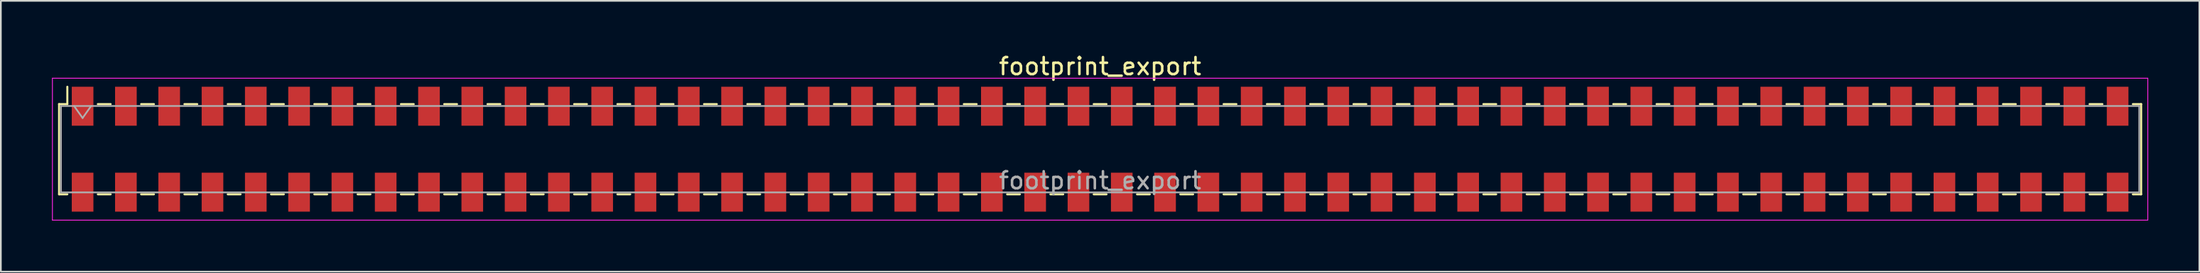
<source format=kicad_pcb>
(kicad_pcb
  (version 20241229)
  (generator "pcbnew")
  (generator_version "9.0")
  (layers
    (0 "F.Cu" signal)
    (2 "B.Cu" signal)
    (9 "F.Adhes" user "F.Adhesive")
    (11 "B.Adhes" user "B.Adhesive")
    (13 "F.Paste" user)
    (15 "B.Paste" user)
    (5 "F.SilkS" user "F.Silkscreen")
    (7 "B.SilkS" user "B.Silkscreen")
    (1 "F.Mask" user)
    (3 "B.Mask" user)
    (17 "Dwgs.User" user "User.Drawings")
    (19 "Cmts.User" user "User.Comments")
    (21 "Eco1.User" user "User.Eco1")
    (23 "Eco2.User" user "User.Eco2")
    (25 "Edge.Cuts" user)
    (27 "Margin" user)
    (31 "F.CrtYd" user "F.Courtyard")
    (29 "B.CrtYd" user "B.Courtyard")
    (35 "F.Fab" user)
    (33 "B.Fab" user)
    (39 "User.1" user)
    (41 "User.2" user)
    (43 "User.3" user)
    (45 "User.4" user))
  (footprint "footprint_export"
    (layer "F.Cu")
    (at 61.485 5.718)
    (property "Reference" "footprint_export" (at 0 -4.87 0) (layer "F.SilkS") (effects (font (size 1 1) (thickness 0.15))))
    (attr smd)
    (fp_line (start -61.07 -2.65) (end -61.07 2.65) (stroke (width 0.12) (type solid)) (layer "F.SilkS"))
    (fp_line (start -61.07 2.65) (end -60.585 2.65) (stroke (width 0.12) (type solid)) (layer "F.SilkS"))
    (fp_line (start -60.585 -3.67) (end -60.585 -2.65) (stroke (width 0.12) (type solid)) (layer "F.SilkS"))
    (fp_line (start -60.585 -2.65) (end -61.07 -2.65) (stroke (width 0.12) (type solid)) (layer "F.SilkS"))
    (fp_line (start -58.795 -2.65) (end -58.045 -2.65) (stroke (width 0.12) (type solid)) (layer "F.SilkS"))
    (fp_line (start -58.795 2.65) (end -58.045 2.65) (stroke (width 0.12) (type solid)) (layer "F.SilkS"))
    (fp_line (start -56.255 -2.65) (end -55.505 -2.65) (stroke (width 0.12) (type solid)) (layer "F.SilkS"))
    (fp_line (start -56.255 2.65) (end -55.505 2.65) (stroke (width 0.12) (type solid)) (layer "F.SilkS"))
    (fp_line (start -53.715 -2.65) (end -52.965 -2.65) (stroke (width 0.12) (type solid)) (layer "F.SilkS"))
    (fp_line (start -53.715 2.65) (end -52.965 2.65) (stroke (width 0.12) (type solid)) (layer "F.SilkS"))
    (fp_line (start -51.175 -2.65) (end -50.425 -2.65) (stroke (width 0.12) (type solid)) (layer "F.SilkS"))
    (fp_line (start -51.175 2.65) (end -50.425 2.65) (stroke (width 0.12) (type solid)) (layer "F.SilkS"))
    (fp_line (start -48.635 -2.65) (end -47.885 -2.65) (stroke (width 0.12) (type solid)) (layer "F.SilkS"))
    (fp_line (start -48.635 2.65) (end -47.885 2.65) (stroke (width 0.12) (type solid)) (layer "F.SilkS"))
    (fp_line (start -46.095 -2.65) (end -45.345 -2.65) (stroke (width 0.12) (type solid)) (layer "F.SilkS"))
    (fp_line (start -46.095 2.65) (end -45.345 2.65) (stroke (width 0.12) (type solid)) (layer "F.SilkS"))
    (fp_line (start -43.555 -2.65) (end -42.805 -2.65) (stroke (width 0.12) (type solid)) (layer "F.SilkS"))
    (fp_line (start -43.555 2.65) (end -42.805 2.65) (stroke (width 0.12) (type solid)) (layer "F.SilkS"))
    (fp_line (start -41.015 -2.65) (end -40.265 -2.65) (stroke (width 0.12) (type solid)) (layer "F.SilkS"))
    (fp_line (start -41.015 2.65) (end -40.265 2.65) (stroke (width 0.12) (type solid)) (layer "F.SilkS"))
    (fp_line (start -38.475 -2.65) (end -37.725 -2.65) (stroke (width 0.12) (type solid)) (layer "F.SilkS"))
    (fp_line (start -38.475 2.65) (end -37.725 2.65) (stroke (width 0.12) (type solid)) (layer "F.SilkS"))
    (fp_line (start -35.935 -2.65) (end -35.185 -2.65) (stroke (width 0.12) (type solid)) (layer "F.SilkS"))
    (fp_line (start -35.935 2.65) (end -35.185 2.65) (stroke (width 0.12) (type solid)) (layer "F.SilkS"))
    (fp_line (start -33.395 -2.65) (end -32.645 -2.65) (stroke (width 0.12) (type solid)) (layer "F.SilkS"))
    (fp_line (start -33.395 2.65) (end -32.645 2.65) (stroke (width 0.12) (type solid)) (layer "F.SilkS"))
    (fp_line (start -30.855 -2.65) (end -30.105 -2.65) (stroke (width 0.12) (type solid)) (layer "F.SilkS"))
    (fp_line (start -30.855 2.65) (end -30.105 2.65) (stroke (width 0.12) (type solid)) (layer "F.SilkS"))
    (fp_line (start -28.315 -2.65) (end -27.565 -2.65) (stroke (width 0.12) (type solid)) (layer "F.SilkS"))
    (fp_line (start -28.315 2.65) (end -27.565 2.65) (stroke (width 0.12) (type solid)) (layer "F.SilkS"))
    (fp_line (start -25.775 -2.65) (end -25.025 -2.65) (stroke (width 0.12) (type solid)) (layer "F.SilkS"))
    (fp_line (start -25.775 2.65) (end -25.025 2.65) (stroke (width 0.12) (type solid)) (layer "F.SilkS"))
    (fp_line (start -23.235 -2.65) (end -22.485 -2.65) (stroke (width 0.12) (type solid)) (layer "F.SilkS"))
    (fp_line (start -23.235 2.65) (end -22.485 2.65) (stroke (width 0.12) (type solid)) (layer "F.SilkS"))
    (fp_line (start -20.695 -2.65) (end -19.945 -2.65) (stroke (width 0.12) (type solid)) (layer "F.SilkS"))
    (fp_line (start -20.695 2.65) (end -19.945 2.65) (stroke (width 0.12) (type solid)) (layer "F.SilkS"))
    (fp_line (start -18.155 -2.65) (end -17.405 -2.65) (stroke (width 0.12) (type solid)) (layer "F.SilkS"))
    (fp_line (start -18.155 2.65) (end -17.405 2.65) (stroke (width 0.12) (type solid)) (layer "F.SilkS"))
    (fp_line (start -15.615 -2.65) (end -14.865 -2.65) (stroke (width 0.12) (type solid)) (layer "F.SilkS"))
    (fp_line (start -15.615 2.65) (end -14.865 2.65) (stroke (width 0.12) (type solid)) (layer "F.SilkS"))
    (fp_line (start -13.075 -2.65) (end -12.325 -2.65) (stroke (width 0.12) (type solid)) (layer "F.SilkS"))
    (fp_line (start -13.075 2.65) (end -12.325 2.65) (stroke (width 0.12) (type solid)) (layer "F.SilkS"))
    (fp_line (start -10.535 -2.65) (end -9.785 -2.65) (stroke (width 0.12) (type solid)) (layer "F.SilkS"))
    (fp_line (start -10.535 2.65) (end -9.785 2.65) (stroke (width 0.12) (type solid)) (layer "F.SilkS"))
    (fp_line (start -7.995 -2.65) (end -7.245 -2.65) (stroke (width 0.12) (type solid)) (layer "F.SilkS"))
    (fp_line (start -7.995 2.65) (end -7.245 2.65) (stroke (width 0.12) (type solid)) (layer "F.SilkS"))
    (fp_line (start -5.455 -2.65) (end -4.705 -2.65) (stroke (width 0.12) (type solid)) (layer "F.SilkS"))
    (fp_line (start -5.455 2.65) (end -4.705 2.65) (stroke (width 0.12) (type solid)) (layer "F.SilkS"))
    (fp_line (start -2.915 -2.65) (end -2.165 -2.65) (stroke (width 0.12) (type solid)) (layer "F.SilkS"))
    (fp_line (start -2.915 2.65) (end -2.165 2.65) (stroke (width 0.12) (type solid)) (layer "F.SilkS"))
    (fp_line (start -0.375 -2.65) (end 0.375 -2.65) (stroke (width 0.12) (type solid)) (layer "F.SilkS"))
    (fp_line (start -0.375 2.65) (end 0.375 2.65) (stroke (width 0.12) (type solid)) (layer "F.SilkS"))
    (fp_line (start 2.165 -2.65) (end 2.915 -2.65) (stroke (width 0.12) (type solid)) (layer "F.SilkS"))
    (fp_line (start 2.165 2.65) (end 2.915 2.65) (stroke (width 0.12) (type solid)) (layer "F.SilkS"))
    (fp_line (start 4.705 -2.65) (end 5.455 -2.65) (stroke (width 0.12) (type solid)) (layer "F.SilkS"))
    (fp_line (start 4.705 2.65) (end 5.455 2.65) (stroke (width 0.12) (type solid)) (layer "F.SilkS"))
    (fp_line (start 7.245 -2.65) (end 7.995 -2.65) (stroke (width 0.12) (type solid)) (layer "F.SilkS"))
    (fp_line (start 7.245 2.65) (end 7.995 2.65) (stroke (width 0.12) (type solid)) (layer "F.SilkS"))
    (fp_line (start 9.785 -2.65) (end 10.535 -2.65) (stroke (width 0.12) (type solid)) (layer "F.SilkS"))
    (fp_line (start 9.785 2.65) (end 10.535 2.65) (stroke (width 0.12) (type solid)) (layer "F.SilkS"))
    (fp_line (start 12.325 -2.65) (end 13.075 -2.65) (stroke (width 0.12) (type solid)) (layer "F.SilkS"))
    (fp_line (start 12.325 2.65) (end 13.075 2.65) (stroke (width 0.12) (type solid)) (layer "F.SilkS"))
    (fp_line (start 14.865 -2.65) (end 15.615 -2.65) (stroke (width 0.12) (type solid)) (layer "F.SilkS"))
    (fp_line (start 14.865 2.65) (end 15.615 2.65) (stroke (width 0.12) (type solid)) (layer "F.SilkS"))
    (fp_line (start 17.405 -2.65) (end 18.155 -2.65) (stroke (width 0.12) (type solid)) (layer "F.SilkS"))
    (fp_line (start 17.405 2.65) (end 18.155 2.65) (stroke (width 0.12) (type solid)) (layer "F.SilkS"))
    (fp_line (start 19.945 -2.65) (end 20.695 -2.65) (stroke (width 0.12) (type solid)) (layer "F.SilkS"))
    (fp_line (start 19.945 2.65) (end 20.695 2.65) (stroke (width 0.12) (type solid)) (layer "F.SilkS"))
    (fp_line (start 22.485 -2.65) (end 23.235 -2.65) (stroke (width 0.12) (type solid)) (layer "F.SilkS"))
    (fp_line (start 22.485 2.65) (end 23.235 2.65) (stroke (width 0.12) (type solid)) (layer "F.SilkS"))
    (fp_line (start 25.025 -2.65) (end 25.775 -2.65) (stroke (width 0.12) (type solid)) (layer "F.SilkS"))
    (fp_line (start 25.025 2.65) (end 25.775 2.65) (stroke (width 0.12) (type solid)) (layer "F.SilkS"))
    (fp_line (start 27.565 -2.65) (end 28.315 -2.65) (stroke (width 0.12) (type solid)) (layer "F.SilkS"))
    (fp_line (start 27.565 2.65) (end 28.315 2.65) (stroke (width 0.12) (type solid)) (layer "F.SilkS"))
    (fp_line (start 30.105 -2.65) (end 30.855 -2.65) (stroke (width 0.12) (type solid)) (layer "F.SilkS"))
    (fp_line (start 30.105 2.65) (end 30.855 2.65) (stroke (width 0.12) (type solid)) (layer "F.SilkS"))
    (fp_line (start 32.645 -2.65) (end 33.395 -2.65) (stroke (width 0.12) (type solid)) (layer "F.SilkS"))
    (fp_line (start 32.645 2.65) (end 33.395 2.65) (stroke (width 0.12) (type solid)) (layer "F.SilkS"))
    (fp_line (start 35.185 -2.65) (end 35.935 -2.65) (stroke (width 0.12) (type solid)) (layer "F.SilkS"))
    (fp_line (start 35.185 2.65) (end 35.935 2.65) (stroke (width 0.12) (type solid)) (layer "F.SilkS"))
    (fp_line (start 37.725 -2.65) (end 38.475 -2.65) (stroke (width 0.12) (type solid)) (layer "F.SilkS"))
    (fp_line (start 37.725 2.65) (end 38.475 2.65) (stroke (width 0.12) (type solid)) (layer "F.SilkS"))
    (fp_line (start 40.265 -2.65) (end 41.015 -2.65) (stroke (width 0.12) (type solid)) (layer "F.SilkS"))
    (fp_line (start 40.265 2.65) (end 41.015 2.65) (stroke (width 0.12) (type solid)) (layer "F.SilkS"))
    (fp_line (start 42.805 -2.65) (end 43.555 -2.65) (stroke (width 0.12) (type solid)) (layer "F.SilkS"))
    (fp_line (start 42.805 2.65) (end 43.555 2.65) (stroke (width 0.12) (type solid)) (layer "F.SilkS"))
    (fp_line (start 45.345 -2.65) (end 46.095 -2.65) (stroke (width 0.12) (type solid)) (layer "F.SilkS"))
    (fp_line (start 45.345 2.65) (end 46.095 2.65) (stroke (width 0.12) (type solid)) (layer "F.SilkS"))
    (fp_line (start 47.885 -2.65) (end 48.635 -2.65) (stroke (width 0.12) (type solid)) (layer "F.SilkS"))
    (fp_line (start 47.885 2.65) (end 48.635 2.65) (stroke (width 0.12) (type solid)) (layer "F.SilkS"))
    (fp_line (start 50.425 -2.65) (end 51.175 -2.65) (stroke (width 0.12) (type solid)) (layer "F.SilkS"))
    (fp_line (start 50.425 2.65) (end 51.175 2.65) (stroke (width 0.12) (type solid)) (layer "F.SilkS"))
    (fp_line (start 52.965 -2.65) (end 53.715 -2.65) (stroke (width 0.12) (type solid)) (layer "F.SilkS"))
    (fp_line (start 52.965 2.65) (end 53.715 2.65) (stroke (width 0.12) (type solid)) (layer "F.SilkS"))
    (fp_line (start 55.505 -2.65) (end 56.255 -2.65) (stroke (width 0.12) (type solid)) (layer "F.SilkS"))
    (fp_line (start 55.505 2.65) (end 56.255 2.65) (stroke (width 0.12) (type solid)) (layer "F.SilkS"))
    (fp_line (start 58.045 -2.65) (end 58.795 -2.65) (stroke (width 0.12) (type solid)) (layer "F.SilkS"))
    (fp_line (start 58.045 2.65) (end 58.795 2.65) (stroke (width 0.12) (type solid)) (layer "F.SilkS"))
    (fp_line (start 60.585 -2.65) (end 61.07 -2.65) (stroke (width 0.12) (type solid)) (layer "F.SilkS"))
    (fp_line (start 61.07 -2.65) (end 61.07 2.65) (stroke (width 0.12) (type solid)) (layer "F.SilkS"))
    (fp_line (start 61.07 2.65) (end 60.585 2.65) (stroke (width 0.12) (type solid)) (layer "F.SilkS"))
    (fp_line (start -61.46 -4.17) (end 61.46 -4.17) (stroke (width 0.05) (type solid)) (layer "F.CrtYd"))
    (fp_line (start -61.46 4.17) (end -61.46 -4.17) (stroke (width 0.05) (type solid)) (layer "F.CrtYd"))
    (fp_line (start 61.46 -4.17) (end 61.46 4.17) (stroke (width 0.05) (type solid)) (layer "F.CrtYd"))
    (fp_line (start 61.46 4.17) (end -61.46 4.17) (stroke (width 0.05) (type solid)) (layer "F.CrtYd"))
    (fp_line (start -60.96 -2.54) (end 60.96 -2.54) (stroke (width 0.1) (type solid)) (layer "F.Fab"))
    (fp_line (start -60.96 2.54) (end -60.96 -2.54) (stroke (width 0.1) (type solid)) (layer "F.Fab"))
    (fp_line (start -60.19 -2.54) (end -59.69 -1.833) (stroke (width 0.1) (type solid)) (layer "F.Fab"))
    (fp_line (start -59.69 -1.833) (end -59.19 -2.54) (stroke (width 0.1) (type solid)) (layer "F.Fab"))
    (fp_line (start 60.96 -2.54) (end 60.96 2.54) (stroke (width 0.1) (type solid)) (layer "F.Fab"))
    (fp_line (start 60.96 2.54) (end -60.96 2.54) (stroke (width 0.1) (type solid)) (layer "F.Fab"))
    (fp_text user "${REFERENCE}" (at 0 1.84 0) (layer "F.Fab") (effects (font (size 1 1) (thickness 0.15))))
    (pad "1" smd rect (at -59.69 -2.525) (size 1.27 2.29) (layers "F.Cu" "F.Mask" "F.Paste"))
    (pad "2" smd rect (at -59.69 2.525) (size 1.27 2.29) (layers "F.Cu" "F.Mask" "F.Paste"))
    (pad "3" smd rect (at -57.15 -2.525) (size 1.27 2.29) (layers "F.Cu" "F.Mask" "F.Paste"))
    (pad "4" smd rect (at -57.15 2.525) (size 1.27 2.29) (layers "F.Cu" "F.Mask" "F.Paste"))
    (pad "5" smd rect (at -54.61 -2.525) (size 1.27 2.29) (layers "F.Cu" "F.Mask" "F.Paste"))
    (pad "6" smd rect (at -54.61 2.525) (size 1.27 2.29) (layers "F.Cu" "F.Mask" "F.Paste"))
    (pad "7" smd rect (at -52.07 -2.525) (size 1.27 2.29) (layers "F.Cu" "F.Mask" "F.Paste"))
    (pad "8" smd rect (at -52.07 2.525) (size 1.27 2.29) (layers "F.Cu" "F.Mask" "F.Paste"))
    (pad "9" smd rect (at -49.53 -2.525) (size 1.27 2.29) (layers "F.Cu" "F.Mask" "F.Paste"))
    (pad "10" smd rect (at -49.53 2.525) (size 1.27 2.29) (layers "F.Cu" "F.Mask" "F.Paste"))
    (pad "11" smd rect (at -46.99 -2.525) (size 1.27 2.29) (layers "F.Cu" "F.Mask" "F.Paste"))
    (pad "12" smd rect (at -46.99 2.525) (size 1.27 2.29) (layers "F.Cu" "F.Mask" "F.Paste"))
    (pad "13" smd rect (at -44.45 -2.525) (size 1.27 2.29) (layers "F.Cu" "F.Mask" "F.Paste"))
    (pad "14" smd rect (at -44.45 2.525) (size 1.27 2.29) (layers "F.Cu" "F.Mask" "F.Paste"))
    (pad "15" smd rect (at -41.91 -2.525) (size 1.27 2.29) (layers "F.Cu" "F.Mask" "F.Paste"))
    (pad "16" smd rect (at -41.91 2.525) (size 1.27 2.29) (layers "F.Cu" "F.Mask" "F.Paste"))
    (pad "17" smd rect (at -39.37 -2.525) (size 1.27 2.29) (layers "F.Cu" "F.Mask" "F.Paste"))
    (pad "18" smd rect (at -39.37 2.525) (size 1.27 2.29) (layers "F.Cu" "F.Mask" "F.Paste"))
    (pad "19" smd rect (at -36.83 -2.525) (size 1.27 2.29) (layers "F.Cu" "F.Mask" "F.Paste"))
    (pad "20" smd rect (at -36.83 2.525) (size 1.27 2.29) (layers "F.Cu" "F.Mask" "F.Paste"))
    (pad "21" smd rect (at -34.29 -2.525) (size 1.27 2.29) (layers "F.Cu" "F.Mask" "F.Paste"))
    (pad "22" smd rect (at -34.29 2.525) (size 1.27 2.29) (layers "F.Cu" "F.Mask" "F.Paste"))
    (pad "23" smd rect (at -31.75 -2.525) (size 1.27 2.29) (layers "F.Cu" "F.Mask" "F.Paste"))
    (pad "24" smd rect (at -31.75 2.525) (size 1.27 2.29) (layers "F.Cu" "F.Mask" "F.Paste"))
    (pad "25" smd rect (at -29.21 -2.525) (size 1.27 2.29) (layers "F.Cu" "F.Mask" "F.Paste"))
    (pad "26" smd rect (at -29.21 2.525) (size 1.27 2.29) (layers "F.Cu" "F.Mask" "F.Paste"))
    (pad "27" smd rect (at -26.67 -2.525) (size 1.27 2.29) (layers "F.Cu" "F.Mask" "F.Paste"))
    (pad "28" smd rect (at -26.67 2.525) (size 1.27 2.29) (layers "F.Cu" "F.Mask" "F.Paste"))
    (pad "29" smd rect (at -24.13 -2.525) (size 1.27 2.29) (layers "F.Cu" "F.Mask" "F.Paste"))
    (pad "30" smd rect (at -24.13 2.525) (size 1.27 2.29) (layers "F.Cu" "F.Mask" "F.Paste"))
    (pad "31" smd rect (at -21.59 -2.525) (size 1.27 2.29) (layers "F.Cu" "F.Mask" "F.Paste"))
    (pad "32" smd rect (at -21.59 2.525) (size 1.27 2.29) (layers "F.Cu" "F.Mask" "F.Paste"))
    (pad "33" smd rect (at -19.05 -2.525) (size 1.27 2.29) (layers "F.Cu" "F.Mask" "F.Paste"))
    (pad "34" smd rect (at -19.05 2.525) (size 1.27 2.29) (layers "F.Cu" "F.Mask" "F.Paste"))
    (pad "35" smd rect (at -16.51 -2.525) (size 1.27 2.29) (layers "F.Cu" "F.Mask" "F.Paste"))
    (pad "36" smd rect (at -16.51 2.525) (size 1.27 2.29) (layers "F.Cu" "F.Mask" "F.Paste"))
    (pad "37" smd rect (at -13.97 -2.525) (size 1.27 2.29) (layers "F.Cu" "F.Mask" "F.Paste"))
    (pad "38" smd rect (at -13.97 2.525) (size 1.27 2.29) (layers "F.Cu" "F.Mask" "F.Paste"))
    (pad "39" smd rect (at -11.43 -2.525) (size 1.27 2.29) (layers "F.Cu" "F.Mask" "F.Paste"))
    (pad "40" smd rect (at -11.43 2.525) (size 1.27 2.29) (layers "F.Cu" "F.Mask" "F.Paste"))
    (pad "41" smd rect (at -8.89 -2.525) (size 1.27 2.29) (layers "F.Cu" "F.Mask" "F.Paste"))
    (pad "42" smd rect (at -8.89 2.525) (size 1.27 2.29) (layers "F.Cu" "F.Mask" "F.Paste"))
    (pad "43" smd rect (at -6.35 -2.525) (size 1.27 2.29) (layers "F.Cu" "F.Mask" "F.Paste"))
    (pad "44" smd rect (at -6.35 2.525) (size 1.27 2.29) (layers "F.Cu" "F.Mask" "F.Paste"))
    (pad "45" smd rect (at -3.81 -2.525) (size 1.27 2.29) (layers "F.Cu" "F.Mask" "F.Paste"))
    (pad "46" smd rect (at -3.81 2.525) (size 1.27 2.29) (layers "F.Cu" "F.Mask" "F.Paste"))
    (pad "47" smd rect (at -1.27 -2.525) (size 1.27 2.29) (layers "F.Cu" "F.Mask" "F.Paste"))
    (pad "48" smd rect (at -1.27 2.525) (size 1.27 2.29) (layers "F.Cu" "F.Mask" "F.Paste"))
    (pad "49" smd rect (at 1.27 -2.525) (size 1.27 2.29) (layers "F.Cu" "F.Mask" "F.Paste"))
    (pad "50" smd rect (at 1.27 2.525) (size 1.27 2.29) (layers "F.Cu" "F.Mask" "F.Paste"))
    (pad "51" smd rect (at 3.81 -2.525) (size 1.27 2.29) (layers "F.Cu" "F.Mask" "F.Paste"))
    (pad "52" smd rect (at 3.81 2.525) (size 1.27 2.29) (layers "F.Cu" "F.Mask" "F.Paste"))
    (pad "53" smd rect (at 6.35 -2.525) (size 1.27 2.29) (layers "F.Cu" "F.Mask" "F.Paste"))
    (pad "54" smd rect (at 6.35 2.525) (size 1.27 2.29) (layers "F.Cu" "F.Mask" "F.Paste"))
    (pad "55" smd rect (at 8.89 -2.525) (size 1.27 2.29) (layers "F.Cu" "F.Mask" "F.Paste"))
    (pad "56" smd rect (at 8.89 2.525) (size 1.27 2.29) (layers "F.Cu" "F.Mask" "F.Paste"))
    (pad "57" smd rect (at 11.43 -2.525) (size 1.27 2.29) (layers "F.Cu" "F.Mask" "F.Paste"))
    (pad "58" smd rect (at 11.43 2.525) (size 1.27 2.29) (layers "F.Cu" "F.Mask" "F.Paste"))
    (pad "59" smd rect (at 13.97 -2.525) (size 1.27 2.29) (layers "F.Cu" "F.Mask" "F.Paste"))
    (pad "60" smd rect (at 13.97 2.525) (size 1.27 2.29) (layers "F.Cu" "F.Mask" "F.Paste"))
    (pad "61" smd rect (at 16.51 -2.525) (size 1.27 2.29) (layers "F.Cu" "F.Mask" "F.Paste"))
    (pad "62" smd rect (at 16.51 2.525) (size 1.27 2.29) (layers "F.Cu" "F.Mask" "F.Paste"))
    (pad "63" smd rect (at 19.05 -2.525) (size 1.27 2.29) (layers "F.Cu" "F.Mask" "F.Paste"))
    (pad "64" smd rect (at 19.05 2.525) (size 1.27 2.29) (layers "F.Cu" "F.Mask" "F.Paste"))
    (pad "65" smd rect (at 21.59 -2.525) (size 1.27 2.29) (layers "F.Cu" "F.Mask" "F.Paste"))
    (pad "66" smd rect (at 21.59 2.525) (size 1.27 2.29) (layers "F.Cu" "F.Mask" "F.Paste"))
    (pad "67" smd rect (at 24.13 -2.525) (size 1.27 2.29) (layers "F.Cu" "F.Mask" "F.Paste"))
    (pad "68" smd rect (at 24.13 2.525) (size 1.27 2.29) (layers "F.Cu" "F.Mask" "F.Paste"))
    (pad "69" smd rect (at 26.67 -2.525) (size 1.27 2.29) (layers "F.Cu" "F.Mask" "F.Paste"))
    (pad "70" smd rect (at 26.67 2.525) (size 1.27 2.29) (layers "F.Cu" "F.Mask" "F.Paste"))
    (pad "71" smd rect (at 29.21 -2.525) (size 1.27 2.29) (layers "F.Cu" "F.Mask" "F.Paste"))
    (pad "72" smd rect (at 29.21 2.525) (size 1.27 2.29) (layers "F.Cu" "F.Mask" "F.Paste"))
    (pad "73" smd rect (at 31.75 -2.525) (size 1.27 2.29) (layers "F.Cu" "F.Mask" "F.Paste"))
    (pad "74" smd rect (at 31.75 2.525) (size 1.27 2.29) (layers "F.Cu" "F.Mask" "F.Paste"))
    (pad "75" smd rect (at 34.29 -2.525) (size 1.27 2.29) (layers "F.Cu" "F.Mask" "F.Paste"))
    (pad "76" smd rect (at 34.29 2.525) (size 1.27 2.29) (layers "F.Cu" "F.Mask" "F.Paste"))
    (pad "77" smd rect (at 36.83 -2.525) (size 1.27 2.29) (layers "F.Cu" "F.Mask" "F.Paste"))
    (pad "78" smd rect (at 36.83 2.525) (size 1.27 2.29) (layers "F.Cu" "F.Mask" "F.Paste"))
    (pad "79" smd rect (at 39.37 -2.525) (size 1.27 2.29) (layers "F.Cu" "F.Mask" "F.Paste"))
    (pad "80" smd rect (at 39.37 2.525) (size 1.27 2.29) (layers "F.Cu" "F.Mask" "F.Paste"))
    (pad "81" smd rect (at 41.91 -2.525) (size 1.27 2.29) (layers "F.Cu" "F.Mask" "F.Paste"))
    (pad "82" smd rect (at 41.91 2.525) (size 1.27 2.29) (layers "F.Cu" "F.Mask" "F.Paste"))
    (pad "83" smd rect (at 44.45 -2.525) (size 1.27 2.29) (layers "F.Cu" "F.Mask" "F.Paste"))
    (pad "84" smd rect (at 44.45 2.525) (size 1.27 2.29) (layers "F.Cu" "F.Mask" "F.Paste"))
    (pad "85" smd rect (at 46.99 -2.525) (size 1.27 2.29) (layers "F.Cu" "F.Mask" "F.Paste"))
    (pad "86" smd rect (at 46.99 2.525) (size 1.27 2.29) (layers "F.Cu" "F.Mask" "F.Paste"))
    (pad "87" smd rect (at 49.53 -2.525) (size 1.27 2.29) (layers "F.Cu" "F.Mask" "F.Paste"))
    (pad "88" smd rect (at 49.53 2.525) (size 1.27 2.29) (layers "F.Cu" "F.Mask" "F.Paste"))
    (pad "89" smd rect (at 52.07 -2.525) (size 1.27 2.29) (layers "F.Cu" "F.Mask" "F.Paste"))
    (pad "90" smd rect (at 52.07 2.525) (size 1.27 2.29) (layers "F.Cu" "F.Mask" "F.Paste"))
    (pad "91" smd rect (at 54.61 -2.525) (size 1.27 2.29) (layers "F.Cu" "F.Mask" "F.Paste"))
    (pad "92" smd rect (at 54.61 2.525) (size 1.27 2.29) (layers "F.Cu" "F.Mask" "F.Paste"))
    (pad "93" smd rect (at 57.15 -2.525) (size 1.27 2.29) (layers "F.Cu" "F.Mask" "F.Paste"))
    (pad "94" smd rect (at 57.15 2.525) (size 1.27 2.29) (layers "F.Cu" "F.Mask" "F.Paste"))
    (pad "95" smd rect (at 59.69 -2.525) (size 1.27 2.29) (layers "F.Cu" "F.Mask" "F.Paste"))
    (pad "96" smd rect (at 59.69 2.525) (size 1.27 2.29) (layers "F.Cu" "F.Mask" "F.Paste")))
  (gr_rect
    (start -3 -3)
    (end 125.97 12.913)
    (stroke (width 0.1) (type default))
    (fill no)
    (layer "Edge.Cuts")))
</source>
